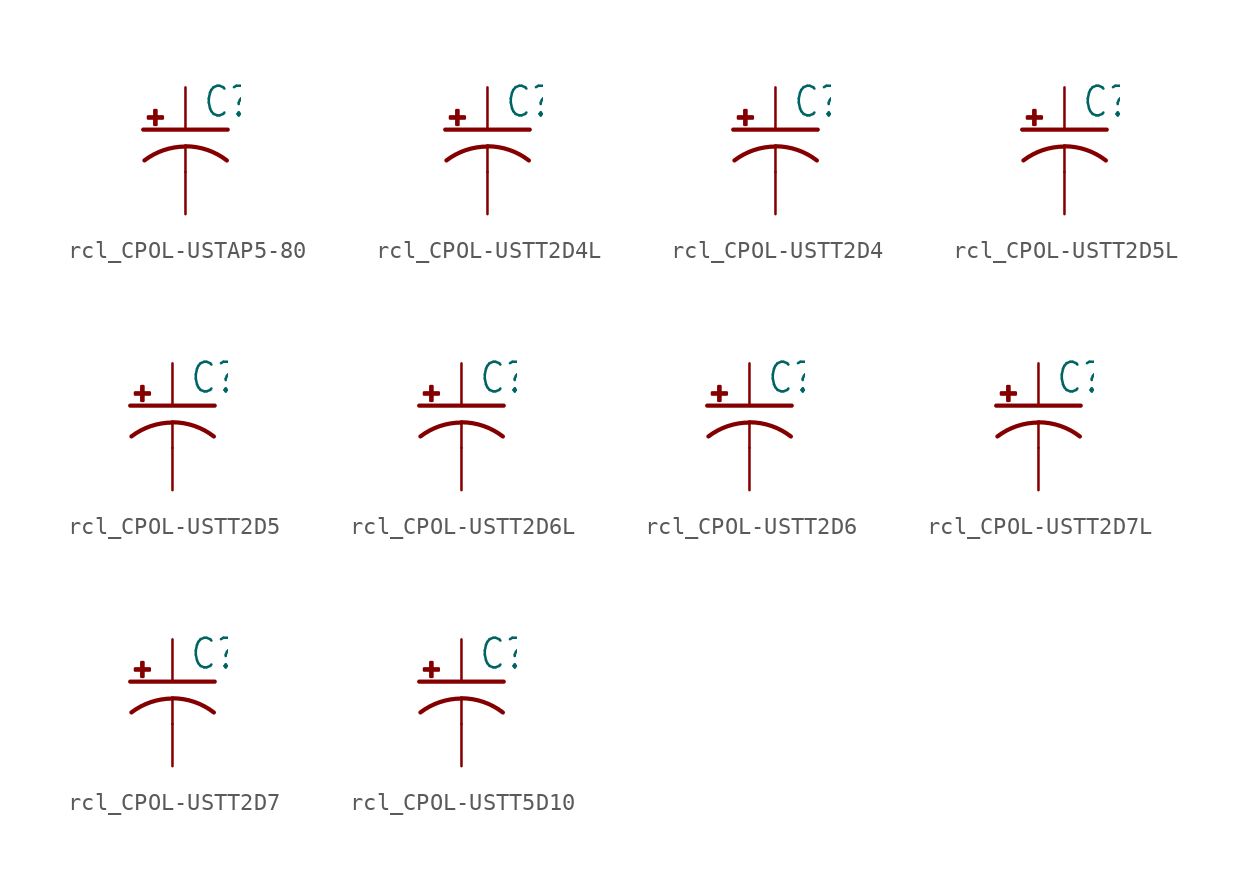
<source format=kicad_sym>
(kicad_symbol_lib
  (version 20220914)
  (generator kicad_symbol_editor)
  (symbol "rcl_CPOL-USTAP5-80"
    (property "Reference" "C"
      (at 1.016 0.635 0)
      (effects (font (size 1.778 1.511)) (justify left bottom)))
    (property "Value" ""
      (at 1.016 -4.191 0)
      (effects (font (size 1.778 1.511)) (justify left bottom)))
    (property "ki_locked" ""
      (at 0 0 0)
      (effects (font (size 1.27 1.27))))
    (symbol "rcl_CPOL-USTAP5-80_1_0"
      (rectangle (start -2.253 0.668) (end -1.364 0.795) (stroke (width 0) (type default)) (fill (type outline)))
      (rectangle (start -1.872 0.287) (end -1.745 1.176) (stroke (width 0) (type default)) (fill (type outline)))
      (arc (start 0 -1.0161) (mid -1.3021 -1.2303) (end -2.4669 -1.8504) (stroke (width 0.254) (type solid)) (fill (type none)))
      (polyline (pts (xy -2.54 0) (xy 2.54 0)) (stroke (width 0.254) (type solid)) (fill (type none)))
      (polyline (pts (xy 0 -1.016) (xy 0 -2.54)) (stroke (width 0.152) (type solid)) (fill (type none)))
      (arc (start 2.4892 -1.8541) (mid 1.3158 -1.2194) (end 0 -1) (stroke (width 0.254) (type solid)) (fill (type none)))
      (pin passive line (at 0 2.54 270) (length 2.54) (name "+" (effects (font (size 0 0)))) (number "+" (effects (font (size 0 0)))))
      (pin passive line (at 0 -5.08 90) (length 2.54) (name "-" (effects (font (size 0 0)))) (number "-" (effects (font (size 0 0)))))))
  (symbol "rcl_CPOL-USTT2D4L"
    (property "Reference" "C"
      (at 1.016 0.635 0)
      (effects (font (size 1.778 1.511)) (justify left bottom)))
    (property "Value" ""
      (at 1.016 -4.191 0)
      (effects (font (size 1.778 1.511)) (justify left bottom)))
    (property "ki_locked" ""
      (at 0 0 0)
      (effects (font (size 1.27 1.27))))
    (symbol "rcl_CPOL-USTT2D4L_1_0"
      (rectangle (start -2.253 0.668) (end -1.364 0.795) (stroke (width 0) (type default)) (fill (type outline)))
      (rectangle (start -1.872 0.287) (end -1.745 1.176) (stroke (width 0) (type default)) (fill (type outline)))
      (arc (start 0 -1.0161) (mid -1.3021 -1.2303) (end -2.4669 -1.8504) (stroke (width 0.254) (type solid)) (fill (type none)))
      (polyline (pts (xy -2.54 0) (xy 2.54 0)) (stroke (width 0.254) (type solid)) (fill (type none)))
      (polyline (pts (xy 0 -1.016) (xy 0 -2.54)) (stroke (width 0.152) (type solid)) (fill (type none)))
      (arc (start 2.4892 -1.8541) (mid 1.3158 -1.2194) (end 0 -1) (stroke (width 0.254) (type solid)) (fill (type none)))
      (pin passive line (at 0 2.54 270) (length 2.54) (name "+" (effects (font (size 0 0)))) (number "+" (effects (font (size 0 0)))))
      (pin passive line (at 0 -5.08 90) (length 2.54) (name "-" (effects (font (size 0 0)))) (number "-" (effects (font (size 0 0)))))))
  (symbol "rcl_CPOL-USTT2D4"
    (property "Reference" "C"
      (at 1.016 0.635 0)
      (effects (font (size 1.778 1.511)) (justify left bottom)))
    (property "Value" ""
      (at 1.016 -4.191 0)
      (effects (font (size 1.778 1.511)) (justify left bottom)))
    (property "ki_locked" ""
      (at 0 0 0)
      (effects (font (size 1.27 1.27))))
    (symbol "rcl_CPOL-USTT2D4_1_0"
      (rectangle (start -2.253 0.668) (end -1.364 0.795) (stroke (width 0) (type default)) (fill (type outline)))
      (rectangle (start -1.872 0.287) (end -1.745 1.176) (stroke (width 0) (type default)) (fill (type outline)))
      (arc (start 0 -1.0161) (mid -1.3021 -1.2303) (end -2.4669 -1.8504) (stroke (width 0.254) (type solid)) (fill (type none)))
      (polyline (pts (xy -2.54 0) (xy 2.54 0)) (stroke (width 0.254) (type solid)) (fill (type none)))
      (polyline (pts (xy 0 -1.016) (xy 0 -2.54)) (stroke (width 0.152) (type solid)) (fill (type none)))
      (arc (start 2.4892 -1.8541) (mid 1.3158 -1.2194) (end 0 -1) (stroke (width 0.254) (type solid)) (fill (type none)))
      (pin passive line (at 0 2.54 270) (length 2.54) (name "+" (effects (font (size 0 0)))) (number "+" (effects (font (size 0 0)))))
      (pin passive line (at 0 -5.08 90) (length 2.54) (name "-" (effects (font (size 0 0)))) (number "-" (effects (font (size 0 0)))))))
  (symbol "rcl_CPOL-USTT2D5L"
    (property "Reference" "C"
      (at 1.016 0.635 0)
      (effects (font (size 1.778 1.511)) (justify left bottom)))
    (property "Value" ""
      (at 1.016 -4.191 0)
      (effects (font (size 1.778 1.511)) (justify left bottom)))
    (property "ki_locked" ""
      (at 0 0 0)
      (effects (font (size 1.27 1.27))))
    (symbol "rcl_CPOL-USTT2D5L_1_0"
      (rectangle (start -2.253 0.668) (end -1.364 0.795) (stroke (width 0) (type default)) (fill (type outline)))
      (rectangle (start -1.872 0.287) (end -1.745 1.176) (stroke (width 0) (type default)) (fill (type outline)))
      (arc (start 0 -1.0161) (mid -1.3021 -1.2303) (end -2.4669 -1.8504) (stroke (width 0.254) (type solid)) (fill (type none)))
      (polyline (pts (xy -2.54 0) (xy 2.54 0)) (stroke (width 0.254) (type solid)) (fill (type none)))
      (polyline (pts (xy 0 -1.016) (xy 0 -2.54)) (stroke (width 0.152) (type solid)) (fill (type none)))
      (arc (start 2.4892 -1.8541) (mid 1.3158 -1.2194) (end 0 -1) (stroke (width 0.254) (type solid)) (fill (type none)))
      (pin passive line (at 0 2.54 270) (length 2.54) (name "+" (effects (font (size 0 0)))) (number "+" (effects (font (size 0 0)))))
      (pin passive line (at 0 -5.08 90) (length 2.54) (name "-" (effects (font (size 0 0)))) (number "-" (effects (font (size 0 0)))))))
  (symbol "rcl_CPOL-USTT2D5"
    (property "Reference" "C"
      (at 1.016 0.635 0)
      (effects (font (size 1.778 1.511)) (justify left bottom)))
    (property "Value" ""
      (at 1.016 -4.191 0)
      (effects (font (size 1.778 1.511)) (justify left bottom)))
    (property "ki_locked" ""
      (at 0 0 0)
      (effects (font (size 1.27 1.27))))
    (symbol "rcl_CPOL-USTT2D5_1_0"
      (rectangle (start -2.253 0.668) (end -1.364 0.795) (stroke (width 0) (type default)) (fill (type outline)))
      (rectangle (start -1.872 0.287) (end -1.745 1.176) (stroke (width 0) (type default)) (fill (type outline)))
      (arc (start 0 -1.0161) (mid -1.3021 -1.2303) (end -2.4669 -1.8504) (stroke (width 0.254) (type solid)) (fill (type none)))
      (polyline (pts (xy -2.54 0) (xy 2.54 0)) (stroke (width 0.254) (type solid)) (fill (type none)))
      (polyline (pts (xy 0 -1.016) (xy 0 -2.54)) (stroke (width 0.152) (type solid)) (fill (type none)))
      (arc (start 2.4892 -1.8541) (mid 1.3158 -1.2194) (end 0 -1) (stroke (width 0.254) (type solid)) (fill (type none)))
      (pin passive line (at 0 2.54 270) (length 2.54) (name "+" (effects (font (size 0 0)))) (number "+" (effects (font (size 0 0)))))
      (pin passive line (at 0 -5.08 90) (length 2.54) (name "-" (effects (font (size 0 0)))) (number "-" (effects (font (size 0 0)))))))
  (symbol "rcl_CPOL-USTT2D6L"
    (property "Reference" "C"
      (at 1.016 0.635 0)
      (effects (font (size 1.778 1.511)) (justify left bottom)))
    (property "Value" ""
      (at 1.016 -4.191 0)
      (effects (font (size 1.778 1.511)) (justify left bottom)))
    (property "ki_locked" ""
      (at 0 0 0)
      (effects (font (size 1.27 1.27))))
    (symbol "rcl_CPOL-USTT2D6L_1_0"
      (rectangle (start -2.253 0.668) (end -1.364 0.795) (stroke (width 0) (type default)) (fill (type outline)))
      (rectangle (start -1.872 0.287) (end -1.745 1.176) (stroke (width 0) (type default)) (fill (type outline)))
      (arc (start 0 -1.0161) (mid -1.3021 -1.2303) (end -2.4669 -1.8504) (stroke (width 0.254) (type solid)) (fill (type none)))
      (polyline (pts (xy -2.54 0) (xy 2.54 0)) (stroke (width 0.254) (type solid)) (fill (type none)))
      (polyline (pts (xy 0 -1.016) (xy 0 -2.54)) (stroke (width 0.152) (type solid)) (fill (type none)))
      (arc (start 2.4892 -1.8541) (mid 1.3158 -1.2194) (end 0 -1) (stroke (width 0.254) (type solid)) (fill (type none)))
      (pin passive line (at 0 2.54 270) (length 2.54) (name "+" (effects (font (size 0 0)))) (number "+" (effects (font (size 0 0)))))
      (pin passive line (at 0 -5.08 90) (length 2.54) (name "-" (effects (font (size 0 0)))) (number "-" (effects (font (size 0 0)))))))
  (symbol "rcl_CPOL-USTT2D6"
    (property "Reference" "C"
      (at 1.016 0.635 0)
      (effects (font (size 1.778 1.511)) (justify left bottom)))
    (property "Value" ""
      (at 1.016 -4.191 0)
      (effects (font (size 1.778 1.511)) (justify left bottom)))
    (property "ki_locked" ""
      (at 0 0 0)
      (effects (font (size 1.27 1.27))))
    (symbol "rcl_CPOL-USTT2D6_1_0"
      (rectangle (start -2.253 0.668) (end -1.364 0.795) (stroke (width 0) (type default)) (fill (type outline)))
      (rectangle (start -1.872 0.287) (end -1.745 1.176) (stroke (width 0) (type default)) (fill (type outline)))
      (arc (start 0 -1.0161) (mid -1.3021 -1.2303) (end -2.4669 -1.8504) (stroke (width 0.254) (type solid)) (fill (type none)))
      (polyline (pts (xy -2.54 0) (xy 2.54 0)) (stroke (width 0.254) (type solid)) (fill (type none)))
      (polyline (pts (xy 0 -1.016) (xy 0 -2.54)) (stroke (width 0.152) (type solid)) (fill (type none)))
      (arc (start 2.4892 -1.8541) (mid 1.3158 -1.2194) (end 0 -1) (stroke (width 0.254) (type solid)) (fill (type none)))
      (pin passive line (at 0 2.54 270) (length 2.54) (name "+" (effects (font (size 0 0)))) (number "+" (effects (font (size 0 0)))))
      (pin passive line (at 0 -5.08 90) (length 2.54) (name "-" (effects (font (size 0 0)))) (number "-" (effects (font (size 0 0)))))))
  (symbol "rcl_CPOL-USTT2D7L"
    (property "Reference" "C"
      (at 1.016 0.635 0)
      (effects (font (size 1.778 1.511)) (justify left bottom)))
    (property "Value" ""
      (at 1.016 -4.191 0)
      (effects (font (size 1.778 1.511)) (justify left bottom)))
    (property "ki_locked" ""
      (at 0 0 0)
      (effects (font (size 1.27 1.27))))
    (symbol "rcl_CPOL-USTT2D7L_1_0"
      (rectangle (start -2.253 0.668) (end -1.364 0.795) (stroke (width 0) (type default)) (fill (type outline)))
      (rectangle (start -1.872 0.287) (end -1.745 1.176) (stroke (width 0) (type default)) (fill (type outline)))
      (arc (start 0 -1.0161) (mid -1.3021 -1.2303) (end -2.4669 -1.8504) (stroke (width 0.254) (type solid)) (fill (type none)))
      (polyline (pts (xy -2.54 0) (xy 2.54 0)) (stroke (width 0.254) (type solid)) (fill (type none)))
      (polyline (pts (xy 0 -1.016) (xy 0 -2.54)) (stroke (width 0.152) (type solid)) (fill (type none)))
      (arc (start 2.4892 -1.8541) (mid 1.3158 -1.2194) (end 0 -1) (stroke (width 0.254) (type solid)) (fill (type none)))
      (pin passive line (at 0 2.54 270) (length 2.54) (name "+" (effects (font (size 0 0)))) (number "+" (effects (font (size 0 0)))))
      (pin passive line (at 0 -5.08 90) (length 2.54) (name "-" (effects (font (size 0 0)))) (number "-" (effects (font (size 0 0)))))))
  (symbol "rcl_CPOL-USTT2D7"
    (property "Reference" "C"
      (at 1.016 0.635 0)
      (effects (font (size 1.778 1.511)) (justify left bottom)))
    (property "Value" ""
      (at 1.016 -4.191 0)
      (effects (font (size 1.778 1.511)) (justify left bottom)))
    (property "ki_locked" ""
      (at 0 0 0)
      (effects (font (size 1.27 1.27))))
    (symbol "rcl_CPOL-USTT2D7_1_0"
      (rectangle (start -2.253 0.668) (end -1.364 0.795) (stroke (width 0) (type default)) (fill (type outline)))
      (rectangle (start -1.872 0.287) (end -1.745 1.176) (stroke (width 0) (type default)) (fill (type outline)))
      (arc (start 0 -1.0161) (mid -1.3021 -1.2303) (end -2.4669 -1.8504) (stroke (width 0.254) (type solid)) (fill (type none)))
      (polyline (pts (xy -2.54 0) (xy 2.54 0)) (stroke (width 0.254) (type solid)) (fill (type none)))
      (polyline (pts (xy 0 -1.016) (xy 0 -2.54)) (stroke (width 0.152) (type solid)) (fill (type none)))
      (arc (start 2.4892 -1.8541) (mid 1.3158 -1.2194) (end 0 -1) (stroke (width 0.254) (type solid)) (fill (type none)))
      (pin passive line (at 0 2.54 270) (length 2.54) (name "+" (effects (font (size 0 0)))) (number "+" (effects (font (size 0 0)))))
      (pin passive line (at 0 -5.08 90) (length 2.54) (name "-" (effects (font (size 0 0)))) (number "-" (effects (font (size 0 0)))))))
  (symbol "rcl_CPOL-USTT5D10"
    (property "Reference" "C"
      (at 1.016 0.635 0)
      (effects (font (size 1.778 1.511)) (justify left bottom)))
    (property "Value" ""
      (at 1.016 -4.191 0)
      (effects (font (size 1.778 1.511)) (justify left bottom)))
    (property "ki_locked" ""
      (at 0 0 0)
      (effects (font (size 1.27 1.27))))
    (symbol "rcl_CPOL-USTT5D10_1_0"
      (rectangle (start -2.253 0.668) (end -1.364 0.795) (stroke (width 0) (type default)) (fill (type outline)))
      (rectangle (start -1.872 0.287) (end -1.745 1.176) (stroke (width 0) (type default)) (fill (type outline)))
      (arc (start 0 -1.0161) (mid -1.3021 -1.2303) (end -2.4669 -1.8504) (stroke (width 0.254) (type solid)) (fill (type none)))
      (polyline (pts (xy -2.54 0) (xy 2.54 0)) (stroke (width 0.254) (type solid)) (fill (type none)))
      (polyline (pts (xy 0 -1.016) (xy 0 -2.54)) (stroke (width 0.152) (type solid)) (fill (type none)))
      (arc (start 2.4892 -1.8541) (mid 1.3158 -1.2194) (end 0 -1) (stroke (width 0.254) (type solid)) (fill (type none)))
      (pin passive line (at 0 2.54 270) (length 2.54) (name "+" (effects (font (size 0 0)))) (number "+" (effects (font (size 0 0)))))
      (pin passive line (at 0 -5.08 90) (length 2.54) (name "-" (effects (font (size 0 0)))) (number "-" (effects (font (size 0 0))))))))
</source>
